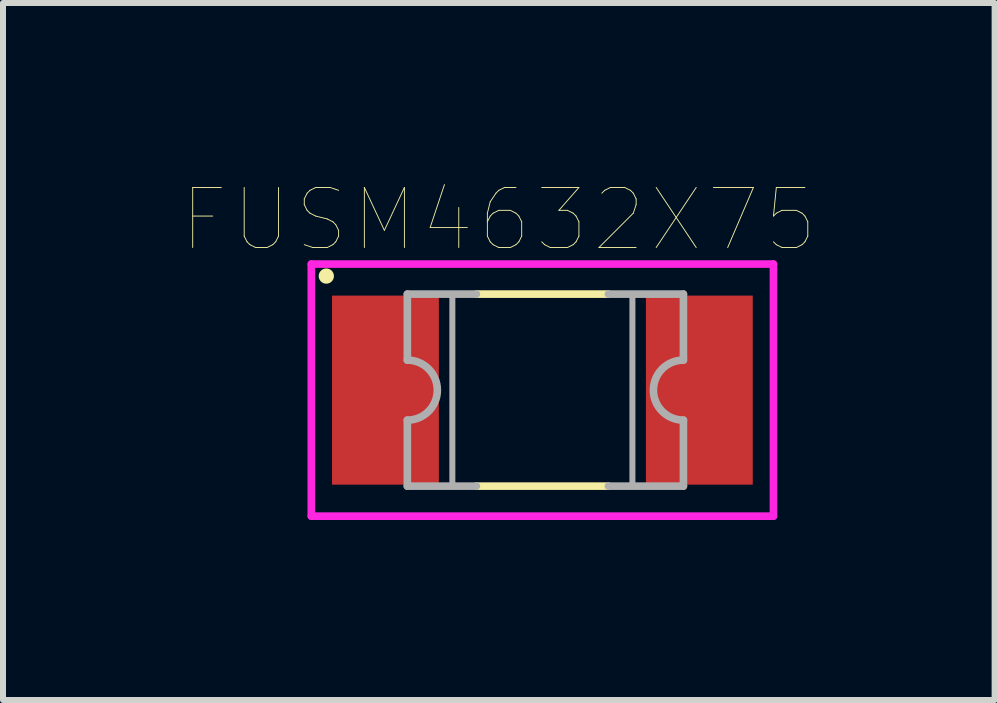
<source format=kicad_pcb>
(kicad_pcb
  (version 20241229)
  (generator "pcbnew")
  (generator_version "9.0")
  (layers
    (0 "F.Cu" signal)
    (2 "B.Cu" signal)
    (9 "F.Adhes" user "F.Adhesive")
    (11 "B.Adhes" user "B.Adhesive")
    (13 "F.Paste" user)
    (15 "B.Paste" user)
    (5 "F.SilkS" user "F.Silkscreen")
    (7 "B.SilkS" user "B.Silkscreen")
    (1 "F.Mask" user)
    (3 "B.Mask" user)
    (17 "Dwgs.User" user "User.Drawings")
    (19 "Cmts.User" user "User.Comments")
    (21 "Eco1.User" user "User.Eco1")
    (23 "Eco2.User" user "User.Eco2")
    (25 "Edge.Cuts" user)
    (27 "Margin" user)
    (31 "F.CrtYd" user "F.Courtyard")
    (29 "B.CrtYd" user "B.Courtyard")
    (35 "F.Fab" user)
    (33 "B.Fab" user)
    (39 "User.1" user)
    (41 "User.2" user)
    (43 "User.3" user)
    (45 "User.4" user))
  (footprint "FUSM4632X75"
    (layer "F.Cu")
    (at 5.987 3.45)
    (property "Reference" "FUSM4632X75" (at -0.726 -2.838 0) (layer "F.SilkS") (effects (font (size 1.001 1.001) (thickness 0.015))))
    (attr through_hole)
    (fp_line (start -1.1 -1.6) (end 1.1 -1.6) (stroke (width 0.127) (type solid)) (layer "F.SilkS"))
    (fp_line (start 1.1 1.6) (end -1.1 1.6) (stroke (width 0.127) (type solid)) (layer "F.SilkS"))
    (fp_circle (center -3.6 -1.9) (end -3.473 -1.9) (stroke (width 0) (type solid)) (fill yes) (layer "F.SilkS"))
    (fp_line (start -3.85 -2.1) (end -3.85 2.1) (stroke (width 0.127) (type solid)) (layer "F.CrtYd"))
    (fp_line (start -3.85 2.1) (end 3.85 2.1) (stroke (width 0.127) (type solid)) (layer "F.CrtYd"))
    (fp_line (start 3.85 -2.1) (end -3.85 -2.1) (stroke (width 0.127) (type solid)) (layer "F.CrtYd"))
    (fp_line (start 3.85 2.1) (end 3.85 -2.1) (stroke (width 0.127) (type solid)) (layer "F.CrtYd"))
    (fp_line (start -2.25 -1.6) (end -2.25 -0.5) (stroke (width 0.127) (type solid)) (layer "F.Fab"))
    (fp_line (start -2.25 -1.6) (end -1.1 -1.6) (stroke (width 0.127) (type solid)) (layer "F.Fab"))
    (fp_line (start -2.25 1.6) (end -2.25 0.5) (stroke (width 0.127) (type solid)) (layer "F.Fab"))
    (fp_line (start -1.1 1.6) (end -2.25 1.6) (stroke (width 0.127) (type solid)) (layer "F.Fab"))
    (fp_line (start 1.1 -1.6) (end 2.35 -1.6) (stroke (width 0.127) (type solid)) (layer "F.Fab"))
    (fp_line (start 2.35 -1.6) (end 2.35 -0.5) (stroke (width 0.127) (type solid)) (layer "F.Fab"))
    (fp_line (start 2.35 0.5) (end 2.35 1.6) (stroke (width 0.127) (type solid)) (layer "F.Fab"))
    (fp_line (start 2.35 1.6) (end 1.1 1.6) (stroke (width 0.127) (type solid)) (layer "F.Fab"))
    (fp_arc (start -2.25 -0.5) (mid -1.75 0) (end -2.25 0.5) (stroke (width 0.127) (type solid)) (layer "F.Fab"))
    (fp_arc (start 2.35 0.5) (mid 1.85 0) (end 2.35 -0.5) (stroke (width 0.127) (type solid)) (layer "F.Fab"))
    (fp_poly (pts (xy -1.5 -1.6) (xy -2.25 -1.6) (xy -2.25 -0.5) (xy -2.224 -0.499) (xy -2.198 -0.497) (xy -2.172 -0.494) (xy -2.146 -0.489) (xy -2.121 -0.483) (xy -2.095 -0.476) (xy -2.071 -0.467) (xy -2.047 -0.457) (xy -2.023 -0.446) (xy -2 -0.433) (xy -1.978 -0.419) (xy -1.956 -0.405) (xy -1.935 -0.389) (xy -1.915 -0.372) (xy -1.896 -0.354) (xy -1.878 -0.335) (xy -1.861 -0.315) (xy -1.845 -0.294) (xy -1.831 -0.272) (xy -1.817 -0.25) (xy -1.804 -0.227) (xy -1.793 -0.203) (xy -1.783 -0.179) (xy -1.774 -0.155) (xy -1.767 -0.129) (xy -1.761 -0.104) (xy -1.756 -0.078) (xy -1.753 -0.052) (xy -1.751 -0.026) (xy -1.75 0) (xy -1.751 0.026) (xy -1.753 0.052) (xy -1.756 0.078) (xy -1.761 0.104) (xy -1.767 0.129) (xy -1.774 0.155) (xy -1.783 0.179) (xy -1.793 0.203) (xy -1.804 0.227) (xy -1.817 0.25) (xy -1.831 0.272) (xy -1.845 0.294) (xy -1.861 0.315) (xy -1.878 0.335) (xy -1.896 0.354) (xy -1.915 0.372) (xy -1.935 0.389) (xy -1.956 0.405) (xy -1.978 0.419) (xy -2 0.433) (xy -2.023 0.446) (xy -2.047 0.457) (xy -2.071 0.467) (xy -2.095 0.476) (xy -2.121 0.483) (xy -2.146 0.489) (xy -2.172 0.494) (xy -2.198 0.497) (xy -2.224 0.499) (xy -2.25 0.5) (xy -2.25 1.6) (xy -1.5 1.6) (xy -1.5 -1.6)) (stroke (width 0.1) (type solid)) (fill no) (layer "F.Fab"))
    (fp_poly (pts (xy 1.5 -1.6) (xy 1.5 1.6) (xy 2.35 1.6) (xy 2.35 0.5) (xy 2.324 0.499) (xy 2.298 0.497) (xy 2.272 0.494) (xy 2.246 0.489) (xy 2.221 0.483) (xy 2.195 0.476) (xy 2.171 0.467) (xy 2.147 0.457) (xy 2.123 0.446) (xy 2.1 0.433) (xy 2.078 0.419) (xy 2.056 0.405) (xy 2.035 0.389) (xy 2.015 0.372) (xy 1.996 0.354) (xy 1.978 0.335) (xy 1.961 0.315) (xy 1.945 0.294) (xy 1.931 0.272) (xy 1.917 0.25) (xy 1.904 0.227) (xy 1.893 0.203) (xy 1.883 0.179) (xy 1.874 0.155) (xy 1.867 0.129) (xy 1.861 0.104) (xy 1.856 0.078) (xy 1.853 0.052) (xy 1.851 0.026) (xy 1.85 0) (xy 1.851 -0.026) (xy 1.853 -0.052) (xy 1.856 -0.078) (xy 1.861 -0.104) (xy 1.867 -0.129) (xy 1.874 -0.155) (xy 1.883 -0.179) (xy 1.893 -0.203) (xy 1.904 -0.227) (xy 1.917 -0.25) (xy 1.931 -0.272) (xy 1.945 -0.294) (xy 1.961 -0.315) (xy 1.978 -0.335) (xy 1.996 -0.354) (xy 2.015 -0.372) (xy 2.035 -0.389) (xy 2.056 -0.405) (xy 2.078 -0.419) (xy 2.1 -0.433) (xy 2.123 -0.446) (xy 2.147 -0.457) (xy 2.171 -0.467) (xy 2.195 -0.476) (xy 2.221 -0.483) (xy 2.246 -0.489) (xy 2.272 -0.494) (xy 2.298 -0.497) (xy 2.324 -0.499) (xy 2.35 -0.5) (xy 2.35 -1.6) (xy 1.5 -1.6)) (stroke (width 0.1) (type solid)) (fill no) (layer "F.Fab"))
    (pad "1" smd rect (at -2.615 0) (size 1.78 3.15) (layers "F.Cu" "F.Mask" "F.Paste"))
    (pad "2" smd rect (at 2.615 0) (size 1.78 3.15) (layers "F.Cu" "F.Mask" "F.Paste")))
  (gr_rect
    (start -3 -3)
    (end 13.522 8.613)
    (stroke (width 0.1) (type default))
    (fill no)
    (layer "Edge.Cuts")))
</source>
